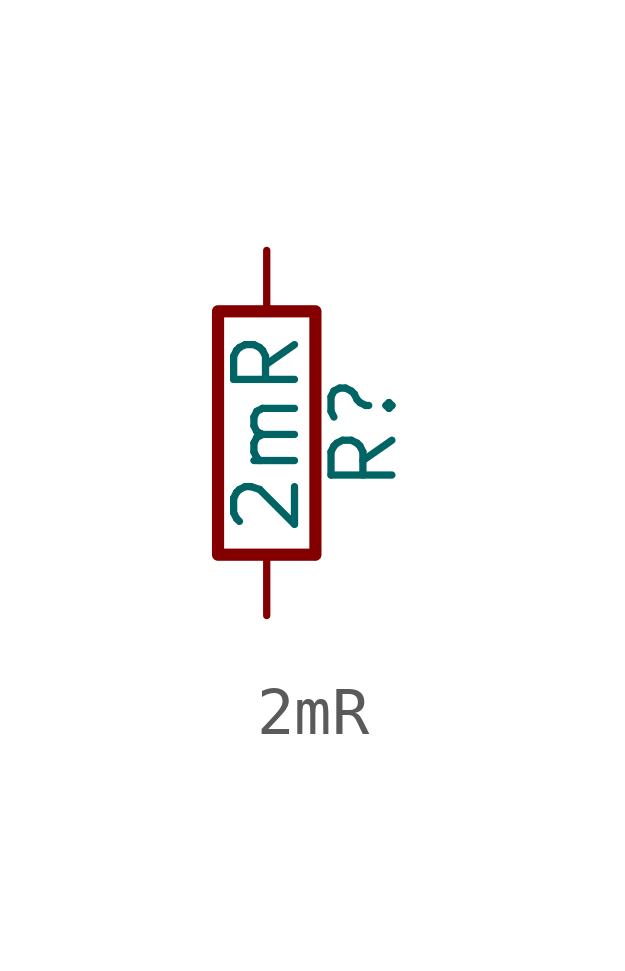
<source format=kicad_sym>
(kicad_symbol_lib
  (version 20220914)
  (generator kicad_db_lib)
  (symbol "2mR"
    (pin_numbers hide)
    (pin_names
      (offset 0))
    (property "Reference" "R"
      (at 2.032 0 90)
      (effects (font (size 1.27 1.27))))
    (property "Value" "2mR"
      (at 0 0 90)
      (effects (font (size 1.27 1.27))))
    (symbol "2mR_0_1"
      (rectangle (start -1.016 -2.54) (end 1.016 2.54) (stroke (width 0.254) (type default)) (fill (type none))))
    (symbol "2mR_1_1"
      (pin passive line (at 0 3.81 270) (length 1.27) (name "~" (effects (font (size 1.27 1.27)))) (number "1" (effects (font (size 1.27 1.27)))))
      (pin passive line (at 0 -3.81 90) (length 1.27) (name "~" (effects (font (size 1.27 1.27)))) (number "2" (effects (font (size 1.27 1.27))))))))
</source>
